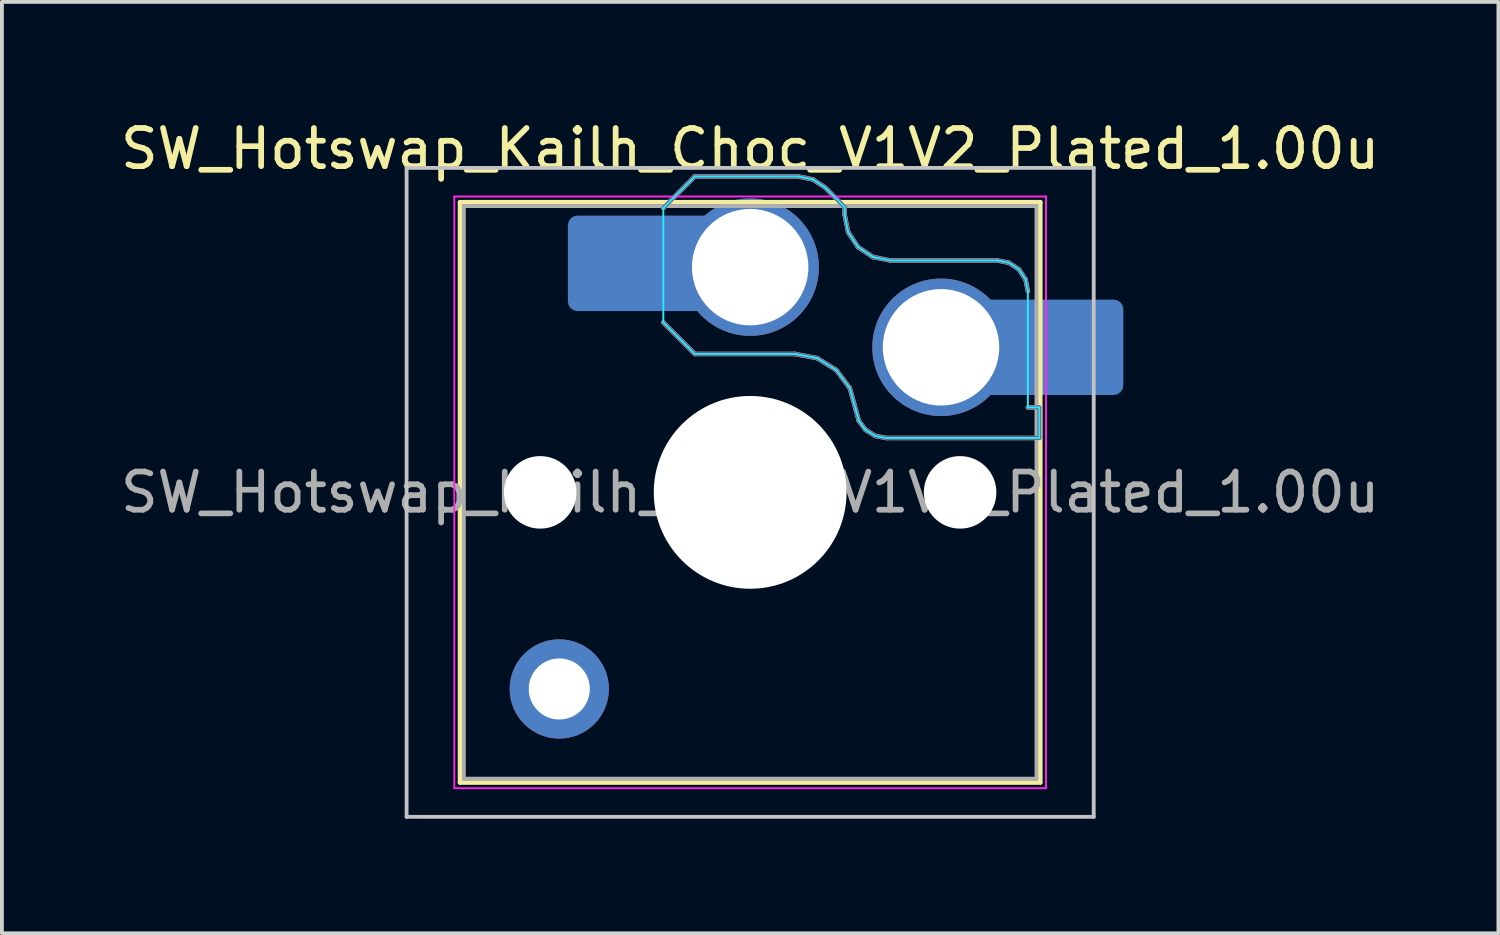
<source format=kicad_pcb>
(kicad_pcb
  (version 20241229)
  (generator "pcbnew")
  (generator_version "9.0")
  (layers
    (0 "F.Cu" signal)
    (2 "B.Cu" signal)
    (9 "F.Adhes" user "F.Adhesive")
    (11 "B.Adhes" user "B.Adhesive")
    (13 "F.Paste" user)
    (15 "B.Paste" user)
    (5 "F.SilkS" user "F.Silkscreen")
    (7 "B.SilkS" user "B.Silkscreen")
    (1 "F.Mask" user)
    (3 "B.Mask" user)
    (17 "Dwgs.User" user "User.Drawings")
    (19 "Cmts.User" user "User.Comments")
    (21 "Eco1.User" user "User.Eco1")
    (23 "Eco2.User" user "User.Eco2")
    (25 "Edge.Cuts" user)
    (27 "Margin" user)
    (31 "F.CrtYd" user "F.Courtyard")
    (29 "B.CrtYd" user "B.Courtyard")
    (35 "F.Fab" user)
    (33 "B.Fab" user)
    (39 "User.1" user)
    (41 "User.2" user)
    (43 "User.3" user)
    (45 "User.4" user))
  (footprint "SW_Hotswap_Kailh_Choc_V1V2_Plated_1.00u"
    (layer "F.Cu")
    (at 16.601 9.848)
    (property "Reference" "SW_Hotswap_Kailh_Choc_V1V2_Plated_1.00u" (at 0 -9 0) (layer "F.SilkS") (effects (font (size 1 1) (thickness 0.15))))
    (attr smd)
    (fp_line (start -7.6 -7.6) (end -7.6 7.6) (stroke (width 0.12) (type solid)) (layer "F.SilkS"))
    (fp_line (start -7.6 7.6) (end 7.6 7.6) (stroke (width 0.12) (type solid)) (layer "F.SilkS"))
    (fp_line (start 7.6 -7.6) (end -7.6 -7.6) (stroke (width 0.12) (type solid)) (layer "F.SilkS"))
    (fp_line (start 7.6 7.6) (end 7.6 -7.6) (stroke (width 0.12) (type solid)) (layer "F.SilkS"))
    (fp_line (start -2.275 -7.45) (end -1.45 -8.275) (stroke (width 0.12) (type solid)) (layer "B.SilkS"))
    (fp_line (start -1.45 -8.275) (end 1.261 -8.275) (stroke (width 0.12) (type solid)) (layer "B.SilkS"))
    (fp_line (start -1.45 -3.625) (end -2.275 -4.45) (stroke (width 0.12) (type solid)) (layer "B.SilkS"))
    (fp_line (start 1.175 -3.625) (end -1.45 -3.625) (stroke (width 0.12) (type solid)) (layer "B.SilkS"))
    (fp_line (start 1.261 -8.275) (end 1.643 -8.199) (stroke (width 0.12) (type solid)) (layer "B.SilkS"))
    (fp_line (start 1.643 -8.199) (end 1.968 -7.982) (stroke (width 0.12) (type solid)) (layer "B.SilkS"))
    (fp_line (start 1.756 -3.516) (end 1.175 -3.625) (stroke (width 0.12) (type solid)) (layer "B.SilkS"))
    (fp_line (start 1.968 -7.982) (end 2.475 -7.475) (stroke (width 0.12) (type solid)) (layer "B.SilkS"))
    (fp_line (start 2.258 -3.203) (end 1.756 -3.516) (stroke (width 0.12) (type solid)) (layer "B.SilkS"))
    (fp_line (start 2.475 -7.475) (end 2.475 -7.275) (stroke (width 0.12) (type solid)) (layer "B.SilkS"))
    (fp_line (start 2.475 -7.275) (end 2.566 -6.816) (stroke (width 0.12) (type solid)) (layer "B.SilkS"))
    (fp_line (start 2.566 -6.816) (end 2.826 -6.426) (stroke (width 0.12) (type solid)) (layer "B.SilkS"))
    (fp_line (start 2.612 -2.729) (end 2.258 -3.203) (stroke (width 0.12) (type solid)) (layer "B.SilkS"))
    (fp_line (start 2.769 -2.158) (end 2.612 -2.729) (stroke (width 0.12) (type solid)) (layer "B.SilkS"))
    (fp_line (start 2.826 -6.426) (end 3.216 -6.166) (stroke (width 0.12) (type solid)) (layer "B.SilkS"))
    (fp_line (start 2.848 -1.873) (end 2.769 -2.158) (stroke (width 0.12) (type solid)) (layer "B.SilkS"))
    (fp_line (start 3.025 -1.636) (end 2.848 -1.873) (stroke (width 0.12) (type solid)) (layer "B.SilkS"))
    (fp_line (start 3.216 -6.166) (end 3.675 -6.075) (stroke (width 0.12) (type solid)) (layer "B.SilkS"))
    (fp_line (start 3.276 -1.48) (end 3.025 -1.636) (stroke (width 0.12) (type solid)) (layer "B.SilkS"))
    (fp_line (start 3.567 -1.425) (end 3.276 -1.48) (stroke (width 0.12) (type solid)) (layer "B.SilkS"))
    (fp_line (start 3.675 -6.075) (end 6.475 -6.075) (stroke (width 0.12) (type solid)) (layer "B.SilkS"))
    (fp_line (start 6.475 -6.075) (end 6.781 -6.014) (stroke (width 0.12) (type solid)) (layer "B.SilkS"))
    (fp_line (start 6.781 -6.014) (end 7.041 -5.841) (stroke (width 0.12) (type solid)) (layer "B.SilkS"))
    (fp_line (start 7.041 -5.841) (end 7.214 -5.581) (stroke (width 0.12) (type solid)) (layer "B.SilkS"))
    (fp_line (start 7.214 -5.581) (end 7.275 -5.275) (stroke (width 0.12) (type solid)) (layer "B.SilkS"))
    (fp_line (start 7.275 -2.225) (end 7.575 -2.225) (stroke (width 0.12) (type solid)) (layer "B.SilkS"))
    (fp_line (start 7.575 -2.225) (end 7.575 -1.425) (stroke (width 0.12) (type solid)) (layer "B.SilkS"))
    (fp_line (start 7.575 -1.425) (end 3.567 -1.425) (stroke (width 0.12) (type solid)) (layer "B.SilkS"))
    (fp_line (start -9 -8.5) (end -9 8.5) (stroke (width 0.1) (type solid)) (layer "Dwgs.User"))
    (fp_line (start -9 8.5) (end 9 8.5) (stroke (width 0.1) (type solid)) (layer "Dwgs.User"))
    (fp_line (start 9 -8.5) (end -9 -8.5) (stroke (width 0.1) (type solid)) (layer "Dwgs.User"))
    (fp_line (start 9 8.5) (end 9 -8.5) (stroke (width 0.1) (type solid)) (layer "Dwgs.User"))
    (fp_line (start -7.25 -7.25) (end -7.25 7.25) (stroke (width 0.1) (type solid)) (layer "Eco1.User"))
    (fp_line (start -7.25 7.25) (end 7.25 7.25) (stroke (width 0.1) (type solid)) (layer "Eco1.User"))
    (fp_line (start 7.25 -7.25) (end -7.25 -7.25) (stroke (width 0.1) (type solid)) (layer "Eco1.User"))
    (fp_line (start 7.25 7.25) (end 7.25 -7.25) (stroke (width 0.1) (type solid)) (layer "Eco1.User"))
    (fp_line (start -2.275 -7.45) (end -1.45 -8.275) (stroke (width 0.05) (type solid)) (layer "B.CrtYd"))
    (fp_line (start -2.275 -4.45) (end -2.275 -7.45) (stroke (width 0.05) (type solid)) (layer "B.CrtYd"))
    (fp_line (start -1.45 -8.275) (end 1.261 -8.275) (stroke (width 0.05) (type solid)) (layer "B.CrtYd"))
    (fp_line (start -1.45 -3.625) (end -2.275 -4.45) (stroke (width 0.05) (type solid)) (layer "B.CrtYd"))
    (fp_line (start 1.175 -3.625) (end -1.45 -3.625) (stroke (width 0.05) (type solid)) (layer "B.CrtYd"))
    (fp_line (start 1.261 -8.275) (end 1.643 -8.199) (stroke (width 0.05) (type solid)) (layer "B.CrtYd"))
    (fp_line (start 1.643 -8.199) (end 1.968 -7.982) (stroke (width 0.05) (type solid)) (layer "B.CrtYd"))
    (fp_line (start 1.756 -3.516) (end 1.175 -3.625) (stroke (width 0.05) (type solid)) (layer "B.CrtYd"))
    (fp_line (start 1.968 -7.982) (end 2.475 -7.475) (stroke (width 0.05) (type solid)) (layer "B.CrtYd"))
    (fp_line (start 2.258 -3.203) (end 1.756 -3.516) (stroke (width 0.05) (type solid)) (layer "B.CrtYd"))
    (fp_line (start 2.475 -7.475) (end 2.475 -7.275) (stroke (width 0.05) (type solid)) (layer "B.CrtYd"))
    (fp_line (start 2.475 -7.275) (end 2.566 -6.816) (stroke (width 0.05) (type solid)) (layer "B.CrtYd"))
    (fp_line (start 2.566 -6.816) (end 2.826 -6.426) (stroke (width 0.05) (type solid)) (layer "B.CrtYd"))
    (fp_line (start 2.612 -2.729) (end 2.258 -3.203) (stroke (width 0.05) (type solid)) (layer "B.CrtYd"))
    (fp_line (start 2.769 -2.158) (end 2.612 -2.729) (stroke (width 0.05) (type solid)) (layer "B.CrtYd"))
    (fp_line (start 2.826 -6.426) (end 3.216 -6.166) (stroke (width 0.05) (type solid)) (layer "B.CrtYd"))
    (fp_line (start 2.848 -1.873) (end 2.769 -2.158) (stroke (width 0.05) (type solid)) (layer "B.CrtYd"))
    (fp_line (start 3.025 -1.636) (end 2.848 -1.873) (stroke (width 0.05) (type solid)) (layer "B.CrtYd"))
    (fp_line (start 3.216 -6.166) (end 3.675 -6.075) (stroke (width 0.05) (type solid)) (layer "B.CrtYd"))
    (fp_line (start 3.276 -1.48) (end 3.025 -1.636) (stroke (width 0.05) (type solid)) (layer "B.CrtYd"))
    (fp_line (start 3.567 -1.425) (end 3.276 -1.48) (stroke (width 0.05) (type solid)) (layer "B.CrtYd"))
    (fp_line (start 3.675 -6.075) (end 6.475 -6.075) (stroke (width 0.05) (type solid)) (layer "B.CrtYd"))
    (fp_line (start 6.475 -6.075) (end 6.781 -6.014) (stroke (width 0.05) (type solid)) (layer "B.CrtYd"))
    (fp_line (start 6.781 -6.014) (end 7.041 -5.841) (stroke (width 0.05) (type solid)) (layer "B.CrtYd"))
    (fp_line (start 7.041 -5.841) (end 7.214 -5.581) (stroke (width 0.05) (type solid)) (layer "B.CrtYd"))
    (fp_line (start 7.214 -5.581) (end 7.275 -5.275) (stroke (width 0.05) (type solid)) (layer "B.CrtYd"))
    (fp_line (start 7.275 -5.275) (end 7.275 -2.225) (stroke (width 0.05) (type solid)) (layer "B.CrtYd"))
    (fp_line (start 7.275 -2.225) (end 7.575 -2.225) (stroke (width 0.05) (type solid)) (layer "B.CrtYd"))
    (fp_line (start 7.575 -2.225) (end 7.575 -1.425) (stroke (width 0.05) (type solid)) (layer "B.CrtYd"))
    (fp_line (start 7.575 -1.425) (end 3.567 -1.425) (stroke (width 0.05) (type solid)) (layer "B.CrtYd"))
    (fp_line (start -7.75 -7.75) (end -7.75 7.75) (stroke (width 0.05) (type solid)) (layer "F.CrtYd"))
    (fp_line (start -7.75 7.75) (end 7.75 7.75) (stroke (width 0.05) (type solid)) (layer "F.CrtYd"))
    (fp_line (start 7.75 -7.75) (end -7.75 -7.75) (stroke (width 0.05) (type solid)) (layer "F.CrtYd"))
    (fp_line (start 7.75 7.75) (end 7.75 -7.75) (stroke (width 0.05) (type solid)) (layer "F.CrtYd"))
    (fp_line (start -2.275 -7.45) (end -1.45 -8.275) (stroke (width 0.1) (type solid)) (layer "B.Fab"))
    (fp_line (start -1.45 -8.275) (end 1.261 -8.275) (stroke (width 0.1) (type solid)) (layer "B.Fab"))
    (fp_line (start -1.45 -3.625) (end -2.275 -4.45) (stroke (width 0.1) (type solid)) (layer "B.Fab"))
    (fp_line (start 1.175 -3.625) (end -1.45 -3.625) (stroke (width 0.1) (type solid)) (layer "B.Fab"))
    (fp_line (start 1.261 -8.275) (end 1.643 -8.199) (stroke (width 0.1) (type solid)) (layer "B.Fab"))
    (fp_line (start 1.643 -8.199) (end 1.968 -7.982) (stroke (width 0.1) (type solid)) (layer "B.Fab"))
    (fp_line (start 1.756 -3.516) (end 1.175 -3.625) (stroke (width 0.1) (type solid)) (layer "B.Fab"))
    (fp_line (start 1.968 -7.982) (end 2.475 -7.475) (stroke (width 0.1) (type solid)) (layer "B.Fab"))
    (fp_line (start 2.258 -3.203) (end 1.756 -3.516) (stroke (width 0.1) (type solid)) (layer "B.Fab"))
    (fp_line (start 2.475 -7.475) (end 2.475 -7.275) (stroke (width 0.1) (type solid)) (layer "B.Fab"))
    (fp_line (start 2.475 -7.275) (end 2.566 -6.816) (stroke (width 0.1) (type solid)) (layer "B.Fab"))
    (fp_line (start 2.566 -6.816) (end 2.826 -6.426) (stroke (width 0.1) (type solid)) (layer "B.Fab"))
    (fp_line (start 2.612 -2.729) (end 2.258 -3.203) (stroke (width 0.1) (type solid)) (layer "B.Fab"))
    (fp_line (start 2.769 -2.158) (end 2.612 -2.729) (stroke (width 0.1) (type solid)) (layer "B.Fab"))
    (fp_line (start 2.826 -6.426) (end 3.216 -6.166) (stroke (width 0.1) (type solid)) (layer "B.Fab"))
    (fp_line (start 2.848 -1.873) (end 2.769 -2.158) (stroke (width 0.1) (type solid)) (layer "B.Fab"))
    (fp_line (start 3.025 -1.636) (end 2.848 -1.873) (stroke (width 0.1) (type solid)) (layer "B.Fab"))
    (fp_line (start 3.216 -6.166) (end 3.675 -6.075) (stroke (width 0.1) (type solid)) (layer "B.Fab"))
    (fp_line (start 3.276 -1.48) (end 3.025 -1.636) (stroke (width 0.1) (type solid)) (layer "B.Fab"))
    (fp_line (start 3.567 -1.425) (end 3.276 -1.48) (stroke (width 0.1) (type solid)) (layer "B.Fab"))
    (fp_line (start 3.675 -6.075) (end 6.475 -6.075) (stroke (width 0.1) (type solid)) (layer "B.Fab"))
    (fp_line (start 6.475 -6.075) (end 6.781 -6.014) (stroke (width 0.1) (type solid)) (layer "B.Fab"))
    (fp_line (start 6.781 -6.014) (end 7.041 -5.841) (stroke (width 0.1) (type solid)) (layer "B.Fab"))
    (fp_line (start 7.041 -5.841) (end 7.214 -5.581) (stroke (width 0.1) (type solid)) (layer "B.Fab"))
    (fp_line (start 7.214 -5.581) (end 7.275 -5.275) (stroke (width 0.1) (type solid)) (layer "B.Fab"))
    (fp_line (start 7.275 -2.225) (end 7.575 -2.225) (stroke (width 0.1) (type solid)) (layer "B.Fab"))
    (fp_line (start 7.575 -2.225) (end 7.575 -1.425) (stroke (width 0.1) (type solid)) (layer "B.Fab"))
    (fp_line (start 7.575 -1.425) (end 3.567 -1.425) (stroke (width 0.1) (type solid)) (layer "B.Fab"))
    (fp_line (start -7.5 -7.5) (end -7.5 7.5) (stroke (width 0.1) (type solid)) (layer "F.Fab"))
    (fp_line (start -7.5 7.5) (end 7.5 7.5) (stroke (width 0.1) (type solid)) (layer "F.Fab"))
    (fp_line (start 7.5 -7.5) (end -7.5 -7.5) (stroke (width 0.1) (type solid)) (layer "F.Fab"))
    (fp_line (start 7.5 7.5) (end 7.5 -7.5) (stroke (width 0.1) (type solid)) (layer "F.Fab"))
    (fp_text user "${REFERENCE}" (at 0 0 0) (layer "F.Fab") (effects (font (size 1 1) (thickness 0.15))))
    (pad "" np_thru_hole circle (at -5.5 0) (size 1.9 1.9) (drill 1.9) (layers "*.Cu" "*.Mask"))
    (pad "" smd circle (at -5 5.15) (size 1.65 1.65) (layers "F.Mask"))
    (pad "" thru_hole circle (at -5 5.15) (size 2.6 2.6) (drill 1.6) (layers "*.Cu" "B.Mask"))
    (pad "" smd roundrect (at -3.5 -6) (size 2.55 2.5) (layers "B.Mask" "B.Paste") (roundrect_rratio 0.1))
    (pad "" smd circle (at 0 -5.9) (size 3.1 3.1) (layers "F.Mask"))
    (pad "" np_thru_hole circle (at 0 0) (size 5.05 5.05) (drill 5.05) (layers "*.Cu" "*.Mask"))
    (pad "" smd circle (at 5 -3.8) (size 3.1 3.1) (layers "F.Mask"))
    (pad "" np_thru_hole circle (at 5.5 0) (size 1.9 1.9) (drill 1.9) (layers "*.Cu" "*.Mask"))
    (pad "" smd roundrect (at 8.5 -3.8) (size 2.55 2.5) (layers "B.Mask" "B.Paste") (roundrect_rratio 0.1))
    (pad "1" smd roundrect (at -2.85 -6) (size 3.85 2.5) (layers "B.Cu") (roundrect_rratio 0.1))
    (pad "1" thru_hole circle (at 0 -5.9) (size 3.6 3.6) (drill 3.05) (layers "*.Cu" "B.Mask"))
    (pad "2" thru_hole circle (at 5 -3.8) (size 3.6 3.6) (drill 3.05) (layers "*.Cu" "B.Mask"))
    (pad "2" smd roundrect (at 7.85 -3.8) (size 3.85 2.5) (layers "B.Cu") (roundrect_rratio 0.1)))
  (gr_rect
    (start -3 -3)
    (end 36.202 21.398)
    (stroke (width 0.1) (type default))
    (fill no)
    (layer "Edge.Cuts")))
</source>
